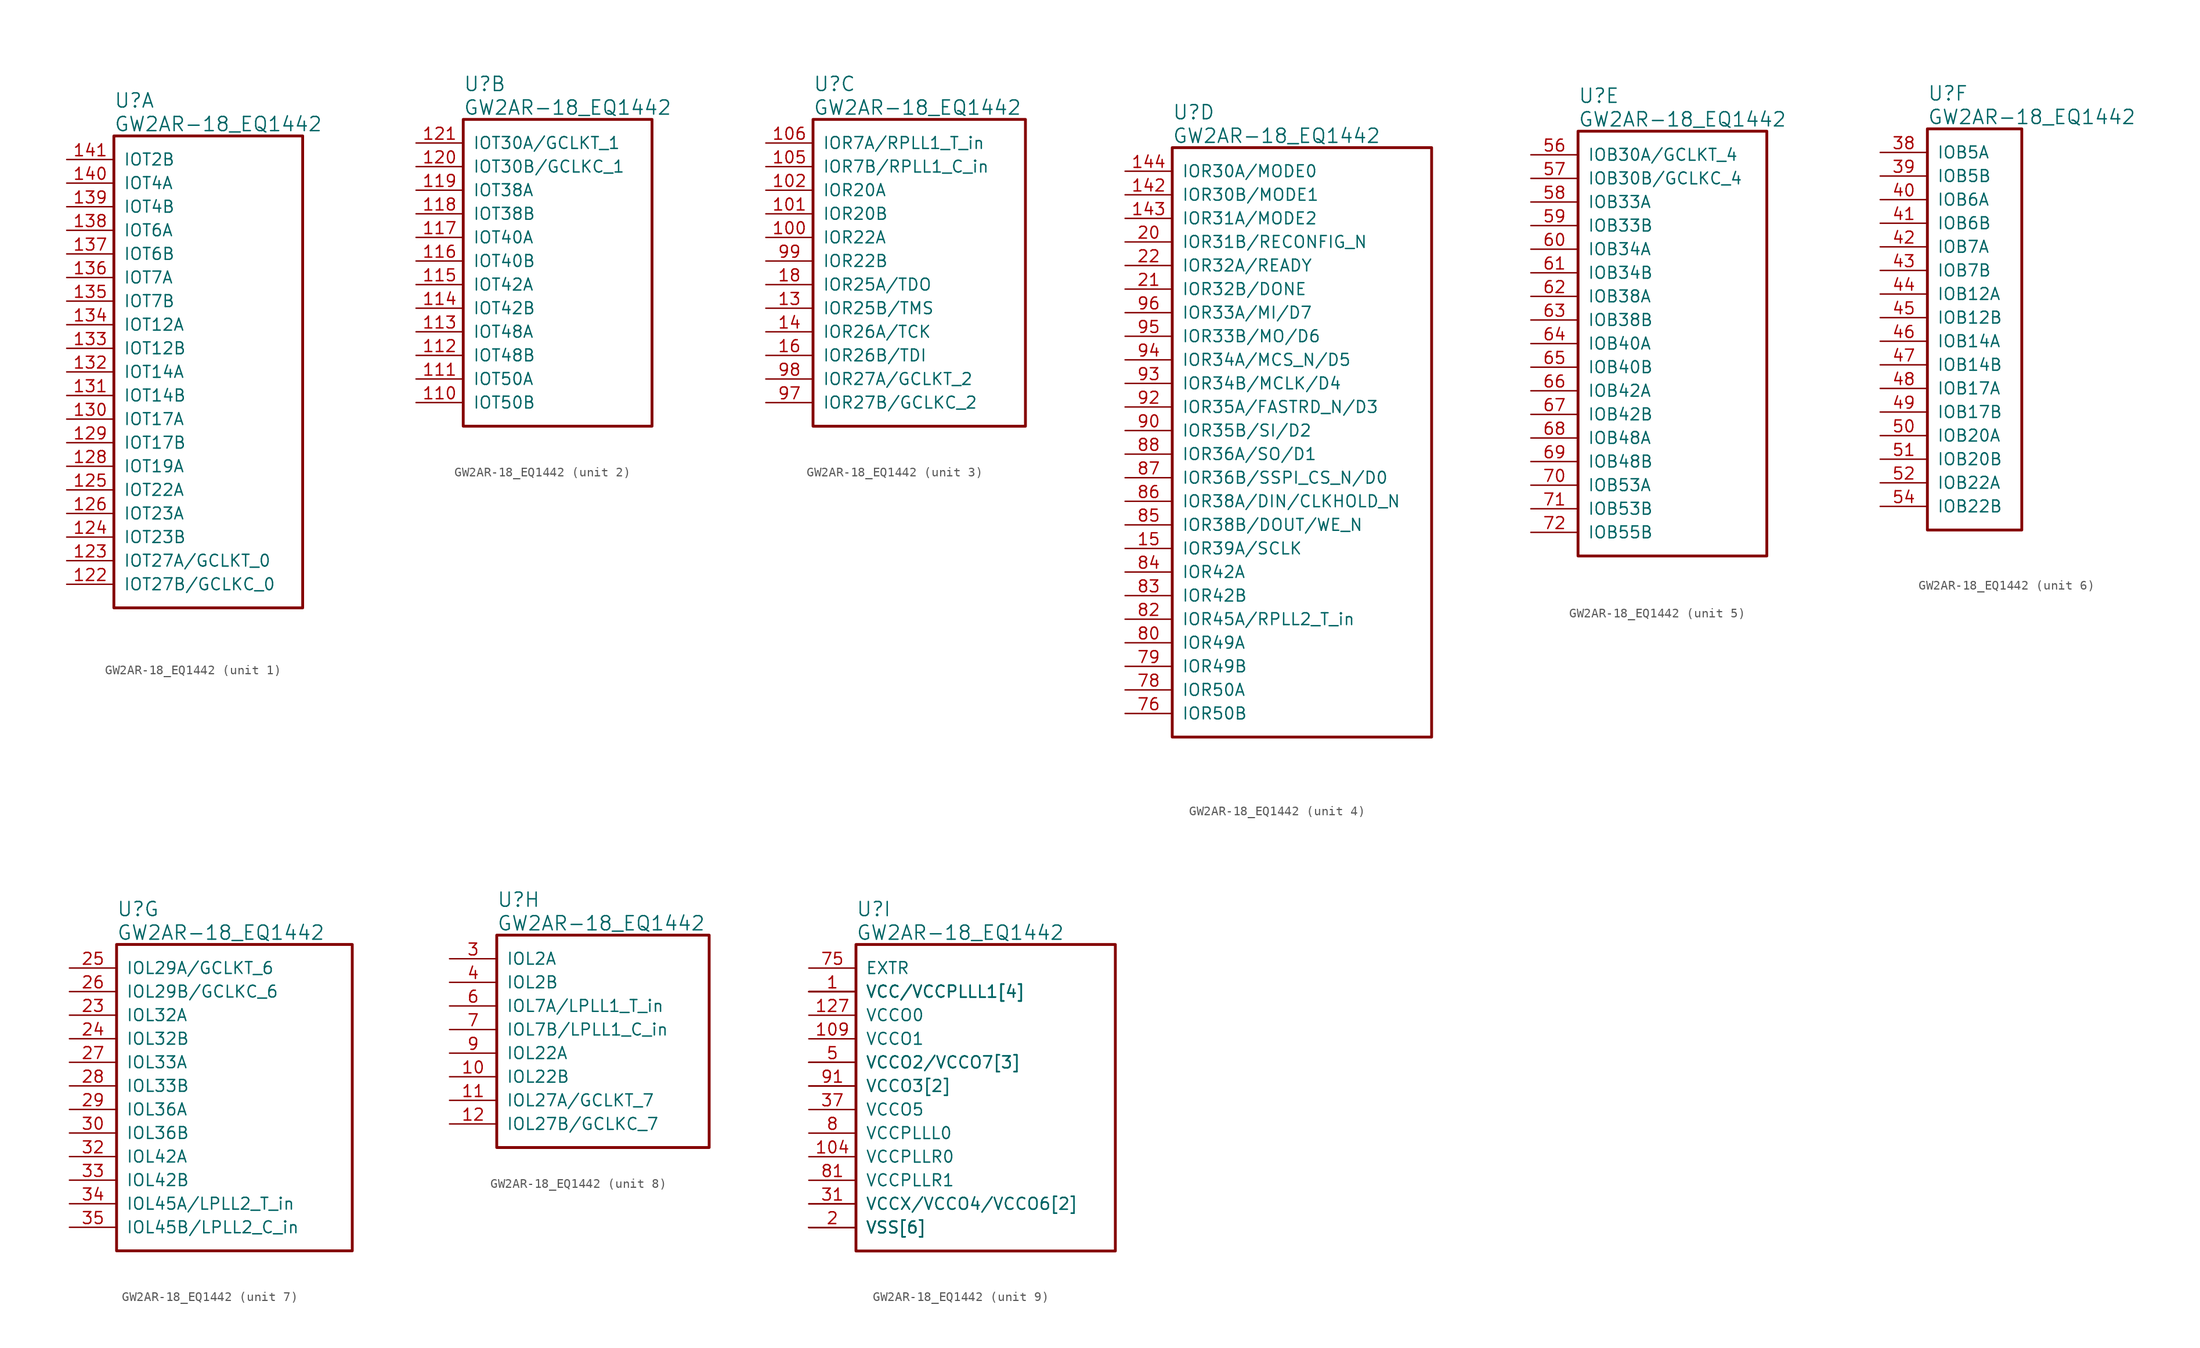
<source format=kicad_sym>
(kicad_symbol_lib
  (version 20241209)
  (generator "kicad_symbol_editor")
  (generator_version "9.0")
  (symbol "GW2AR-18_EQ1442"
    (pin_names
      (offset 1.016))
    (property "Reference" "U"
      (at 5.08 6.35 0)
      (effects (font (size 1.524 1.524)) (justify left)))
    (property "Value" "GW2AR-18_EQ1442"
      (at 5.08 3.81 0)
      (effects (font (size 1.524 1.524)) (justify left)))
    (property "ki_locked" ""
      (at 0 0 0)
      (effects (font (size 1.27 1.27))))
    (symbol "GW2AR-18_EQ1442_1_1"
      (rectangle (start 5.08 2.54) (end 25.4 -48.26) (stroke (width 0.305) (type solid)) (fill (type none)))
      (pin bidirectional line (at 0 0 0) (length 5.08) (name "IOT2B" (effects (font (size 1.27 1.27)))) (number "141" (effects (font (size 1.27 1.27)))))
      (pin bidirectional line (at 0 -2.54 0) (length 5.08) (name "IOT4A" (effects (font (size 1.27 1.27)))) (number "140" (effects (font (size 1.27 1.27)))))
      (pin bidirectional line (at 0 -5.08 0) (length 5.08) (name "IOT4B" (effects (font (size 1.27 1.27)))) (number "139" (effects (font (size 1.27 1.27)))))
      (pin bidirectional line (at 0 -7.62 0) (length 5.08) (name "IOT6A" (effects (font (size 1.27 1.27)))) (number "138" (effects (font (size 1.27 1.27)))))
      (pin bidirectional line (at 0 -10.16 0) (length 5.08) (name "IOT6B" (effects (font (size 1.27 1.27)))) (number "137" (effects (font (size 1.27 1.27)))))
      (pin bidirectional line (at 0 -12.7 0) (length 5.08) (name "IOT7A" (effects (font (size 1.27 1.27)))) (number "136" (effects (font (size 1.27 1.27)))))
      (pin bidirectional line (at 0 -15.24 0) (length 5.08) (name "IOT7B" (effects (font (size 1.27 1.27)))) (number "135" (effects (font (size 1.27 1.27)))))
      (pin bidirectional line (at 0 -17.78 0) (length 5.08) (name "IOT12A" (effects (font (size 1.27 1.27)))) (number "134" (effects (font (size 1.27 1.27)))))
      (pin bidirectional line (at 0 -20.32 0) (length 5.08) (name "IOT12B" (effects (font (size 1.27 1.27)))) (number "133" (effects (font (size 1.27 1.27)))))
      (pin bidirectional line (at 0 -22.86 0) (length 5.08) (name "IOT14A" (effects (font (size 1.27 1.27)))) (number "132" (effects (font (size 1.27 1.27)))))
      (pin bidirectional line (at 0 -25.4 0) (length 5.08) (name "IOT14B" (effects (font (size 1.27 1.27)))) (number "131" (effects (font (size 1.27 1.27)))))
      (pin bidirectional line (at 0 -27.94 0) (length 5.08) (name "IOT17A" (effects (font (size 1.27 1.27)))) (number "130" (effects (font (size 1.27 1.27)))))
      (pin bidirectional line (at 0 -30.48 0) (length 5.08) (name "IOT17B" (effects (font (size 1.27 1.27)))) (number "129" (effects (font (size 1.27 1.27)))))
      (pin bidirectional line (at 0 -33.02 0) (length 5.08) (name "IOT19A" (effects (font (size 1.27 1.27)))) (number "128" (effects (font (size 1.27 1.27)))))
      (pin bidirectional line (at 0 -35.56 0) (length 5.08) (name "IOT22A" (effects (font (size 1.27 1.27)))) (number "125" (effects (font (size 1.27 1.27)))))
      (pin bidirectional line (at 0 -38.1 0) (length 5.08) (name "IOT23A" (effects (font (size 1.27 1.27)))) (number "126" (effects (font (size 1.27 1.27)))))
      (pin bidirectional line (at 0 -40.64 0) (length 5.08) (name "IOT23B" (effects (font (size 1.27 1.27)))) (number "124" (effects (font (size 1.27 1.27)))))
      (pin bidirectional line (at 0 -43.18 0) (length 5.08) (name "IOT27A/GCLKT_0" (effects (font (size 1.27 1.27)))) (number "123" (effects (font (size 1.27 1.27)))))
      (pin bidirectional line (at 0 -45.72 0) (length 5.08) (name "IOT27B/GCLKC_0" (effects (font (size 1.27 1.27)))) (number "122" (effects (font (size 1.27 1.27))))))
    (symbol "GW2AR-18_EQ1442_2_1"
      (rectangle (start 5.08 2.54) (end 25.4 -30.48) (stroke (width 0.305) (type solid)) (fill (type none)))
      (pin bidirectional line (at 0 0 0) (length 5.08) (name "IOT30A/GCLKT_1" (effects (font (size 1.27 1.27)))) (number "121" (effects (font (size 1.27 1.27)))))
      (pin bidirectional line (at 0 -2.54 0) (length 5.08) (name "IOT30B/GCLKC_1" (effects (font (size 1.27 1.27)))) (number "120" (effects (font (size 1.27 1.27)))))
      (pin bidirectional line (at 0 -5.08 0) (length 5.08) (name "IOT38A" (effects (font (size 1.27 1.27)))) (number "119" (effects (font (size 1.27 1.27)))))
      (pin bidirectional line (at 0 -7.62 0) (length 5.08) (name "IOT38B" (effects (font (size 1.27 1.27)))) (number "118" (effects (font (size 1.27 1.27)))))
      (pin bidirectional line (at 0 -10.16 0) (length 5.08) (name "IOT40A" (effects (font (size 1.27 1.27)))) (number "117" (effects (font (size 1.27 1.27)))))
      (pin bidirectional line (at 0 -12.7 0) (length 5.08) (name "IOT40B" (effects (font (size 1.27 1.27)))) (number "116" (effects (font (size 1.27 1.27)))))
      (pin bidirectional line (at 0 -15.24 0) (length 5.08) (name "IOT42A" (effects (font (size 1.27 1.27)))) (number "115" (effects (font (size 1.27 1.27)))))
      (pin bidirectional line (at 0 -17.78 0) (length 5.08) (name "IOT42B" (effects (font (size 1.27 1.27)))) (number "114" (effects (font (size 1.27 1.27)))))
      (pin bidirectional line (at 0 -20.32 0) (length 5.08) (name "IOT48A" (effects (font (size 1.27 1.27)))) (number "113" (effects (font (size 1.27 1.27)))))
      (pin bidirectional line (at 0 -22.86 0) (length 5.08) (name "IOT48B" (effects (font (size 1.27 1.27)))) (number "112" (effects (font (size 1.27 1.27)))))
      (pin bidirectional line (at 0 -25.4 0) (length 5.08) (name "IOT50A" (effects (font (size 1.27 1.27)))) (number "111" (effects (font (size 1.27 1.27)))))
      (pin bidirectional line (at 0 -27.94 0) (length 5.08) (name "IOT50B" (effects (font (size 1.27 1.27)))) (number "110" (effects (font (size 1.27 1.27))))))
    (symbol "GW2AR-18_EQ1442_3_1"
      (rectangle (start 5.08 2.54) (end 27.94 -30.48) (stroke (width 0.305) (type solid)) (fill (type none)))
      (pin bidirectional line (at 0 0 0) (length 5.08) (name "IOR7A/RPLL1_T_in" (effects (font (size 1.27 1.27)))) (number "106" (effects (font (size 1.27 1.27)))))
      (pin bidirectional line (at 0 -2.54 0) (length 5.08) (name "IOR7B/RPLL1_C_in" (effects (font (size 1.27 1.27)))) (number "105" (effects (font (size 1.27 1.27)))))
      (pin bidirectional line (at 0 -5.08 0) (length 5.08) (name "IOR20A" (effects (font (size 1.27 1.27)))) (number "102" (effects (font (size 1.27 1.27)))))
      (pin bidirectional line (at 0 -7.62 0) (length 5.08) (name "IOR20B" (effects (font (size 1.27 1.27)))) (number "101" (effects (font (size 1.27 1.27)))))
      (pin bidirectional line (at 0 -10.16 0) (length 5.08) (name "IOR22A" (effects (font (size 1.27 1.27)))) (number "100" (effects (font (size 1.27 1.27)))))
      (pin bidirectional line (at 0 -12.7 0) (length 5.08) (name "IOR22B" (effects (font (size 1.27 1.27)))) (number "99" (effects (font (size 1.27 1.27)))))
      (pin bidirectional line (at 0 -15.24 0) (length 5.08) (name "IOR25A/TDO" (effects (font (size 1.27 1.27)))) (number "18" (effects (font (size 1.27 1.27)))))
      (pin bidirectional line (at 0 -17.78 0) (length 5.08) (name "IOR25B/TMS" (effects (font (size 1.27 1.27)))) (number "13" (effects (font (size 1.27 1.27)))))
      (pin bidirectional line (at 0 -20.32 0) (length 5.08) (name "IOR26A/TCK" (effects (font (size 1.27 1.27)))) (number "14" (effects (font (size 1.27 1.27)))))
      (pin bidirectional line (at 0 -22.86 0) (length 5.08) (name "IOR26B/TDI" (effects (font (size 1.27 1.27)))) (number "16" (effects (font (size 1.27 1.27)))))
      (pin bidirectional line (at 0 -25.4 0) (length 5.08) (name "IOR27A/GCLKT_2" (effects (font (size 1.27 1.27)))) (number "98" (effects (font (size 1.27 1.27)))))
      (pin bidirectional line (at 0 -27.94 0) (length 5.08) (name "IOR27B/GCLKC_2" (effects (font (size 1.27 1.27)))) (number "97" (effects (font (size 1.27 1.27))))))
    (symbol "GW2AR-18_EQ1442_4_1"
      (rectangle (start 5.08 2.54) (end 33.02 -60.96) (stroke (width 0.305) (type solid)) (fill (type none)))
      (pin bidirectional line (at 0 0 0) (length 5.08) (name "IOR30A/MODE0" (effects (font (size 1.27 1.27)))) (number "144" (effects (font (size 1.27 1.27)))))
      (pin bidirectional line (at 0 -2.54 0) (length 5.08) (name "IOR30B/MODE1" (effects (font (size 1.27 1.27)))) (number "142" (effects (font (size 1.27 1.27)))))
      (pin bidirectional line (at 0 -5.08 0) (length 5.08) (name "IOR31A/MODE2" (effects (font (size 1.27 1.27)))) (number "143" (effects (font (size 1.27 1.27)))))
      (pin bidirectional line (at 0 -7.62 0) (length 5.08) (name "IOR31B/RECONFIG_N" (effects (font (size 1.27 1.27)))) (number "20" (effects (font (size 1.27 1.27)))))
      (pin bidirectional line (at 0 -10.16 0) (length 5.08) (name "IOR32A/READY" (effects (font (size 1.27 1.27)))) (number "22" (effects (font (size 1.27 1.27)))))
      (pin bidirectional line (at 0 -12.7 0) (length 5.08) (name "IOR32B/DONE" (effects (font (size 1.27 1.27)))) (number "21" (effects (font (size 1.27 1.27)))))
      (pin bidirectional line (at 0 -15.24 0) (length 5.08) (name "IOR33A/MI/D7" (effects (font (size 1.27 1.27)))) (number "96" (effects (font (size 1.27 1.27)))))
      (pin bidirectional line (at 0 -17.78 0) (length 5.08) (name "IOR33B/MO/D6" (effects (font (size 1.27 1.27)))) (number "95" (effects (font (size 1.27 1.27)))))
      (pin bidirectional line (at 0 -20.32 0) (length 5.08) (name "IOR34A/MCS_N/D5" (effects (font (size 1.27 1.27)))) (number "94" (effects (font (size 1.27 1.27)))))
      (pin bidirectional line (at 0 -22.86 0) (length 5.08) (name "IOR34B/MCLK/D4" (effects (font (size 1.27 1.27)))) (number "93" (effects (font (size 1.27 1.27)))))
      (pin bidirectional line (at 0 -25.4 0) (length 5.08) (name "IOR35A/FASTRD_N/D3" (effects (font (size 1.27 1.27)))) (number "92" (effects (font (size 1.27 1.27)))))
      (pin bidirectional line (at 0 -27.94 0) (length 5.08) (name "IOR35B/SI/D2" (effects (font (size 1.27 1.27)))) (number "90" (effects (font (size 1.27 1.27)))))
      (pin bidirectional line (at 0 -30.48 0) (length 5.08) (name "IOR36A/SO/D1" (effects (font (size 1.27 1.27)))) (number "88" (effects (font (size 1.27 1.27)))))
      (pin bidirectional line (at 0 -33.02 0) (length 5.08) (name "IOR36B/SSPI_CS_N/D0" (effects (font (size 1.27 1.27)))) (number "87" (effects (font (size 1.27 1.27)))))
      (pin bidirectional line (at 0 -35.56 0) (length 5.08) (name "IOR38A/DIN/CLKHOLD_N" (effects (font (size 1.27 1.27)))) (number "86" (effects (font (size 1.27 1.27)))))
      (pin bidirectional line (at 0 -38.1 0) (length 5.08) (name "IOR38B/DOUT/WE_N" (effects (font (size 1.27 1.27)))) (number "85" (effects (font (size 1.27 1.27)))))
      (pin bidirectional line (at 0 -40.64 0) (length 5.08) (name "IOR39A/SCLK" (effects (font (size 1.27 1.27)))) (number "15" (effects (font (size 1.27 1.27)))))
      (pin bidirectional line (at 0 -43.18 0) (length 5.08) (name "IOR42A" (effects (font (size 1.27 1.27)))) (number "84" (effects (font (size 1.27 1.27)))))
      (pin bidirectional line (at 0 -45.72 0) (length 5.08) (name "IOR42B" (effects (font (size 1.27 1.27)))) (number "83" (effects (font (size 1.27 1.27)))))
      (pin bidirectional line (at 0 -48.26 0) (length 5.08) (name "IOR45A/RPLL2_T_in" (effects (font (size 1.27 1.27)))) (number "82" (effects (font (size 1.27 1.27)))))
      (pin bidirectional line (at 0 -50.8 0) (length 5.08) (name "IOR49A" (effects (font (size 1.27 1.27)))) (number "80" (effects (font (size 1.27 1.27)))))
      (pin bidirectional line (at 0 -53.34 0) (length 5.08) (name "IOR49B" (effects (font (size 1.27 1.27)))) (number "79" (effects (font (size 1.27 1.27)))))
      (pin bidirectional line (at 0 -55.88 0) (length 5.08) (name "IOR50A" (effects (font (size 1.27 1.27)))) (number "78" (effects (font (size 1.27 1.27)))))
      (pin bidirectional line (at 0 -58.42 0) (length 5.08) (name "IOR50B" (effects (font (size 1.27 1.27)))) (number "76" (effects (font (size 1.27 1.27))))))
    (symbol "GW2AR-18_EQ1442_5_1"
      (rectangle (start 5.08 2.54) (end 25.4 -43.18) (stroke (width 0.305) (type solid)) (fill (type none)))
      (pin bidirectional line (at 0 0 0) (length 5.08) (name "IOB30A/GCLKT_4" (effects (font (size 1.27 1.27)))) (number "56" (effects (font (size 1.27 1.27)))))
      (pin bidirectional line (at 0 -2.54 0) (length 5.08) (name "IOB30B/GCLKC_4" (effects (font (size 1.27 1.27)))) (number "57" (effects (font (size 1.27 1.27)))))
      (pin bidirectional line (at 0 -5.08 0) (length 5.08) (name "IOB33A" (effects (font (size 1.27 1.27)))) (number "58" (effects (font (size 1.27 1.27)))))
      (pin bidirectional line (at 0 -7.62 0) (length 5.08) (name "IOB33B" (effects (font (size 1.27 1.27)))) (number "59" (effects (font (size 1.27 1.27)))))
      (pin bidirectional line (at 0 -10.16 0) (length 5.08) (name "IOB34A" (effects (font (size 1.27 1.27)))) (number "60" (effects (font (size 1.27 1.27)))))
      (pin bidirectional line (at 0 -12.7 0) (length 5.08) (name "IOB34B" (effects (font (size 1.27 1.27)))) (number "61" (effects (font (size 1.27 1.27)))))
      (pin bidirectional line (at 0 -15.24 0) (length 5.08) (name "IOB38A" (effects (font (size 1.27 1.27)))) (number "62" (effects (font (size 1.27 1.27)))))
      (pin bidirectional line (at 0 -17.78 0) (length 5.08) (name "IOB38B" (effects (font (size 1.27 1.27)))) (number "63" (effects (font (size 1.27 1.27)))))
      (pin bidirectional line (at 0 -20.32 0) (length 5.08) (name "IOB40A" (effects (font (size 1.27 1.27)))) (number "64" (effects (font (size 1.27 1.27)))))
      (pin bidirectional line (at 0 -22.86 0) (length 5.08) (name "IOB40B" (effects (font (size 1.27 1.27)))) (number "65" (effects (font (size 1.27 1.27)))))
      (pin bidirectional line (at 0 -25.4 0) (length 5.08) (name "IOB42A" (effects (font (size 1.27 1.27)))) (number "66" (effects (font (size 1.27 1.27)))))
      (pin bidirectional line (at 0 -27.94 0) (length 5.08) (name "IOB42B" (effects (font (size 1.27 1.27)))) (number "67" (effects (font (size 1.27 1.27)))))
      (pin bidirectional line (at 0 -30.48 0) (length 5.08) (name "IOB48A" (effects (font (size 1.27 1.27)))) (number "68" (effects (font (size 1.27 1.27)))))
      (pin bidirectional line (at 0 -33.02 0) (length 5.08) (name "IOB48B" (effects (font (size 1.27 1.27)))) (number "69" (effects (font (size 1.27 1.27)))))
      (pin bidirectional line (at 0 -35.56 0) (length 5.08) (name "IOB53A" (effects (font (size 1.27 1.27)))) (number "70" (effects (font (size 1.27 1.27)))))
      (pin bidirectional line (at 0 -38.1 0) (length 5.08) (name "IOB53B" (effects (font (size 1.27 1.27)))) (number "71" (effects (font (size 1.27 1.27)))))
      (pin bidirectional line (at 0 -40.64 0) (length 5.08) (name "IOB55B" (effects (font (size 1.27 1.27)))) (number "72" (effects (font (size 1.27 1.27))))))
    (symbol "GW2AR-18_EQ1442_6_1"
      (rectangle (start 5.08 2.54) (end 15.24 -40.64) (stroke (width 0.305) (type solid)) (fill (type none)))
      (pin bidirectional line (at 0 0 0) (length 5.08) (name "IOB5A" (effects (font (size 1.27 1.27)))) (number "38" (effects (font (size 1.27 1.27)))))
      (pin bidirectional line (at 0 -2.54 0) (length 5.08) (name "IOB5B" (effects (font (size 1.27 1.27)))) (number "39" (effects (font (size 1.27 1.27)))))
      (pin bidirectional line (at 0 -5.08 0) (length 5.08) (name "IOB6A" (effects (font (size 1.27 1.27)))) (number "40" (effects (font (size 1.27 1.27)))))
      (pin bidirectional line (at 0 -7.62 0) (length 5.08) (name "IOB6B" (effects (font (size 1.27 1.27)))) (number "41" (effects (font (size 1.27 1.27)))))
      (pin bidirectional line (at 0 -10.16 0) (length 5.08) (name "IOB7A" (effects (font (size 1.27 1.27)))) (number "42" (effects (font (size 1.27 1.27)))))
      (pin bidirectional line (at 0 -12.7 0) (length 5.08) (name "IOB7B" (effects (font (size 1.27 1.27)))) (number "43" (effects (font (size 1.27 1.27)))))
      (pin bidirectional line (at 0 -15.24 0) (length 5.08) (name "IOB12A" (effects (font (size 1.27 1.27)))) (number "44" (effects (font (size 1.27 1.27)))))
      (pin bidirectional line (at 0 -17.78 0) (length 5.08) (name "IOB12B" (effects (font (size 1.27 1.27)))) (number "45" (effects (font (size 1.27 1.27)))))
      (pin bidirectional line (at 0 -20.32 0) (length 5.08) (name "IOB14A" (effects (font (size 1.27 1.27)))) (number "46" (effects (font (size 1.27 1.27)))))
      (pin bidirectional line (at 0 -22.86 0) (length 5.08) (name "IOB14B" (effects (font (size 1.27 1.27)))) (number "47" (effects (font (size 1.27 1.27)))))
      (pin bidirectional line (at 0 -25.4 0) (length 5.08) (name "IOB17A" (effects (font (size 1.27 1.27)))) (number "48" (effects (font (size 1.27 1.27)))))
      (pin bidirectional line (at 0 -27.94 0) (length 5.08) (name "IOB17B" (effects (font (size 1.27 1.27)))) (number "49" (effects (font (size 1.27 1.27)))))
      (pin bidirectional line (at 0 -30.48 0) (length 5.08) (name "IOB20A" (effects (font (size 1.27 1.27)))) (number "50" (effects (font (size 1.27 1.27)))))
      (pin bidirectional line (at 0 -33.02 0) (length 5.08) (name "IOB20B" (effects (font (size 1.27 1.27)))) (number "51" (effects (font (size 1.27 1.27)))))
      (pin bidirectional line (at 0 -35.56 0) (length 5.08) (name "IOB22A" (effects (font (size 1.27 1.27)))) (number "52" (effects (font (size 1.27 1.27)))))
      (pin bidirectional line (at 0 -38.1 0) (length 5.08) (name "IOB22B" (effects (font (size 1.27 1.27)))) (number "54" (effects (font (size 1.27 1.27))))))
    (symbol "GW2AR-18_EQ1442_7_1"
      (rectangle (start 5.08 2.54) (end 30.48 -30.48) (stroke (width 0.305) (type solid)) (fill (type none)))
      (pin bidirectional line (at 0 0 0) (length 5.08) (name "IOL29A/GCLKT_6" (effects (font (size 1.27 1.27)))) (number "25" (effects (font (size 1.27 1.27)))))
      (pin bidirectional line (at 0 -2.54 0) (length 5.08) (name "IOL29B/GCLKC_6" (effects (font (size 1.27 1.27)))) (number "26" (effects (font (size 1.27 1.27)))))
      (pin bidirectional line (at 0 -5.08 0) (length 5.08) (name "IOL32A" (effects (font (size 1.27 1.27)))) (number "23" (effects (font (size 1.27 1.27)))))
      (pin bidirectional line (at 0 -7.62 0) (length 5.08) (name "IOL32B" (effects (font (size 1.27 1.27)))) (number "24" (effects (font (size 1.27 1.27)))))
      (pin bidirectional line (at 0 -10.16 0) (length 5.08) (name "IOL33A" (effects (font (size 1.27 1.27)))) (number "27" (effects (font (size 1.27 1.27)))))
      (pin bidirectional line (at 0 -12.7 0) (length 5.08) (name "IOL33B" (effects (font (size 1.27 1.27)))) (number "28" (effects (font (size 1.27 1.27)))))
      (pin bidirectional line (at 0 -15.24 0) (length 5.08) (name "IOL36A" (effects (font (size 1.27 1.27)))) (number "29" (effects (font (size 1.27 1.27)))))
      (pin bidirectional line (at 0 -17.78 0) (length 5.08) (name "IOL36B" (effects (font (size 1.27 1.27)))) (number "30" (effects (font (size 1.27 1.27)))))
      (pin bidirectional line (at 0 -20.32 0) (length 5.08) (name "IOL42A" (effects (font (size 1.27 1.27)))) (number "32" (effects (font (size 1.27 1.27)))))
      (pin bidirectional line (at 0 -22.86 0) (length 5.08) (name "IOL42B" (effects (font (size 1.27 1.27)))) (number "33" (effects (font (size 1.27 1.27)))))
      (pin bidirectional line (at 0 -25.4 0) (length 5.08) (name "IOL45A/LPLL2_T_in" (effects (font (size 1.27 1.27)))) (number "34" (effects (font (size 1.27 1.27)))))
      (pin bidirectional line (at 0 -27.94 0) (length 5.08) (name "IOL45B/LPLL2_C_in" (effects (font (size 1.27 1.27)))) (number "35" (effects (font (size 1.27 1.27))))))
    (symbol "GW2AR-18_EQ1442_8_1"
      (rectangle (start 5.08 2.54) (end 27.94 -20.32) (stroke (width 0.305) (type solid)) (fill (type none)))
      (pin bidirectional line (at 0 0 0) (length 5.08) (name "IOL2A" (effects (font (size 1.27 1.27)))) (number "3" (effects (font (size 1.27 1.27)))))
      (pin bidirectional line (at 0 -2.54 0) (length 5.08) (name "IOL2B" (effects (font (size 1.27 1.27)))) (number "4" (effects (font (size 1.27 1.27)))))
      (pin bidirectional line (at 0 -5.08 0) (length 5.08) (name "IOL7A/LPLL1_T_in" (effects (font (size 1.27 1.27)))) (number "6" (effects (font (size 1.27 1.27)))))
      (pin bidirectional line (at 0 -7.62 0) (length 5.08) (name "IOL7B/LPLL1_C_in" (effects (font (size 1.27 1.27)))) (number "7" (effects (font (size 1.27 1.27)))))
      (pin bidirectional line (at 0 -10.16 0) (length 5.08) (name "IOL22A" (effects (font (size 1.27 1.27)))) (number "9" (effects (font (size 1.27 1.27)))))
      (pin bidirectional line (at 0 -12.7 0) (length 5.08) (name "IOL22B" (effects (font (size 1.27 1.27)))) (number "10" (effects (font (size 1.27 1.27)))))
      (pin bidirectional line (at 0 -15.24 0) (length 5.08) (name "IOL27A/GCLKT_7" (effects (font (size 1.27 1.27)))) (number "11" (effects (font (size 1.27 1.27)))))
      (pin bidirectional line (at 0 -17.78 0) (length 5.08) (name "IOL27B/GCLKC_7" (effects (font (size 1.27 1.27)))) (number "12" (effects (font (size 1.27 1.27))))))
    (symbol "GW2AR-18_EQ1442_9_1"
      (rectangle (start 5.08 2.54) (end 33.02 -30.48) (stroke (width 0.305) (type solid)) (fill (type none)))
      (pin power_in line (at 0 0 0) (length 5.08) (name "EXTR" (effects (font (size 1.27 1.27)))) (number "75" (effects (font (size 1.27 1.27)))))
      (pin power_in line (at 0 -2.54 0) (length 5.08) (name "VCC/VCCPLLL1[4]" (effects (font (size 1.27 1.27)))) (number "1" (effects (font (size 1.27 1.27)))))
      (pin power_in line (at 0 -2.54 0) (length 5.08) (name "VCC/VCCPLLL1[4]" (effects (font (size 1.27 1.27)))) (number "108" (effects (font (size 0 0)))))
      (pin power_in line (at 0 -2.54 0) (length 5.08) (name "VCC/VCCPLLL1[4]" (effects (font (size 1.27 1.27)))) (number "36" (effects (font (size 0 0)))))
      (pin power_in line (at 0 -2.54 0) (length 5.08) (name "VCC/VCCPLLL1[4]" (effects (font (size 1.27 1.27)))) (number "73" (effects (font (size 0 0)))))
      (pin power_in line (at 0 -5.08 0) (length 5.08) (name "VCCO0" (effects (font (size 1.27 1.27)))) (number "127" (effects (font (size 1.27 1.27)))))
      (pin power_in line (at 0 -7.62 0) (length 5.08) (name "VCCO1" (effects (font (size 1.27 1.27)))) (number "109" (effects (font (size 1.27 1.27)))))
      (pin power_in line (at 0 -10.16 0) (length 5.08) (name "VCCO2/VCCO7[3]" (effects (font (size 1.27 1.27)))) (number "103" (effects (font (size 0 0)))))
      (pin power_in line (at 0 -10.16 0) (length 5.08) (name "VCCO2/VCCO7[3]" (effects (font (size 1.27 1.27)))) (number "19" (effects (font (size 0 0)))))
      (pin power_in line (at 0 -10.16 0) (length 5.08) (name "VCCO2/VCCO7[3]" (effects (font (size 1.27 1.27)))) (number "5" (effects (font (size 1.27 1.27)))))
      (pin power_in line (at 0 -12.7 0) (length 5.08) (name "VCCO3[2]" (effects (font (size 1.27 1.27)))) (number "77" (effects (font (size 0 0)))))
      (pin power_in line (at 0 -12.7 0) (length 5.08) (name "VCCO3[2]" (effects (font (size 1.27 1.27)))) (number "91" (effects (font (size 1.27 1.27)))))
      (pin power_in line (at 0 -15.24 0) (length 5.08) (name "VCCO5" (effects (font (size 1.27 1.27)))) (number "37" (effects (font (size 1.27 1.27)))))
      (pin power_in line (at 0 -17.78 0) (length 5.08) (name "VCCPLLL0" (effects (font (size 1.27 1.27)))) (number "8" (effects (font (size 1.27 1.27)))))
      (pin power_in line (at 0 -20.32 0) (length 5.08) (name "VCCPLLR0" (effects (font (size 1.27 1.27)))) (number "104" (effects (font (size 1.27 1.27)))))
      (pin power_in line (at 0 -22.86 0) (length 5.08) (name "VCCPLLR1" (effects (font (size 1.27 1.27)))) (number "81" (effects (font (size 1.27 1.27)))))
      (pin power_in line (at 0 -25.4 0) (length 5.08) (name "VCCX/VCCO4/VCCO6[2]" (effects (font (size 1.27 1.27)))) (number "31" (effects (font (size 1.27 1.27)))))
      (pin power_in line (at 0 -25.4 0) (length 5.08) (name "VCCX/VCCO4/VCCO6[2]" (effects (font (size 1.27 1.27)))) (number "55" (effects (font (size 0 0)))))
      (pin power_in line (at 0 -27.94 0) (length 5.08) (name "VSS[6]" (effects (font (size 1.27 1.27)))) (number "107" (effects (font (size 0 0)))))
      (pin power_in line (at 0 -27.94 0) (length 5.08) (name "VSS[6]" (effects (font (size 1.27 1.27)))) (number "17" (effects (font (size 0 0)))))
      (pin power_in line (at 0 -27.94 0) (length 5.08) (name "VSS[6]" (effects (font (size 1.27 1.27)))) (number "2" (effects (font (size 1.27 1.27)))))
      (pin power_in line (at 0 -27.94 0) (length 5.08) (name "VSS[6]" (effects (font (size 1.27 1.27)))) (number "53" (effects (font (size 0 0)))))
      (pin power_in line (at 0 -27.94 0) (length 5.08) (name "VSS[6]" (effects (font (size 1.27 1.27)))) (number "74" (effects (font (size 0 0)))))
      (pin power_in line (at 0 -27.94 0) (length 5.08) (name "VSS[6]" (effects (font (size 1.27 1.27)))) (number "89" (effects (font (size 0 0))))))))
</source>
